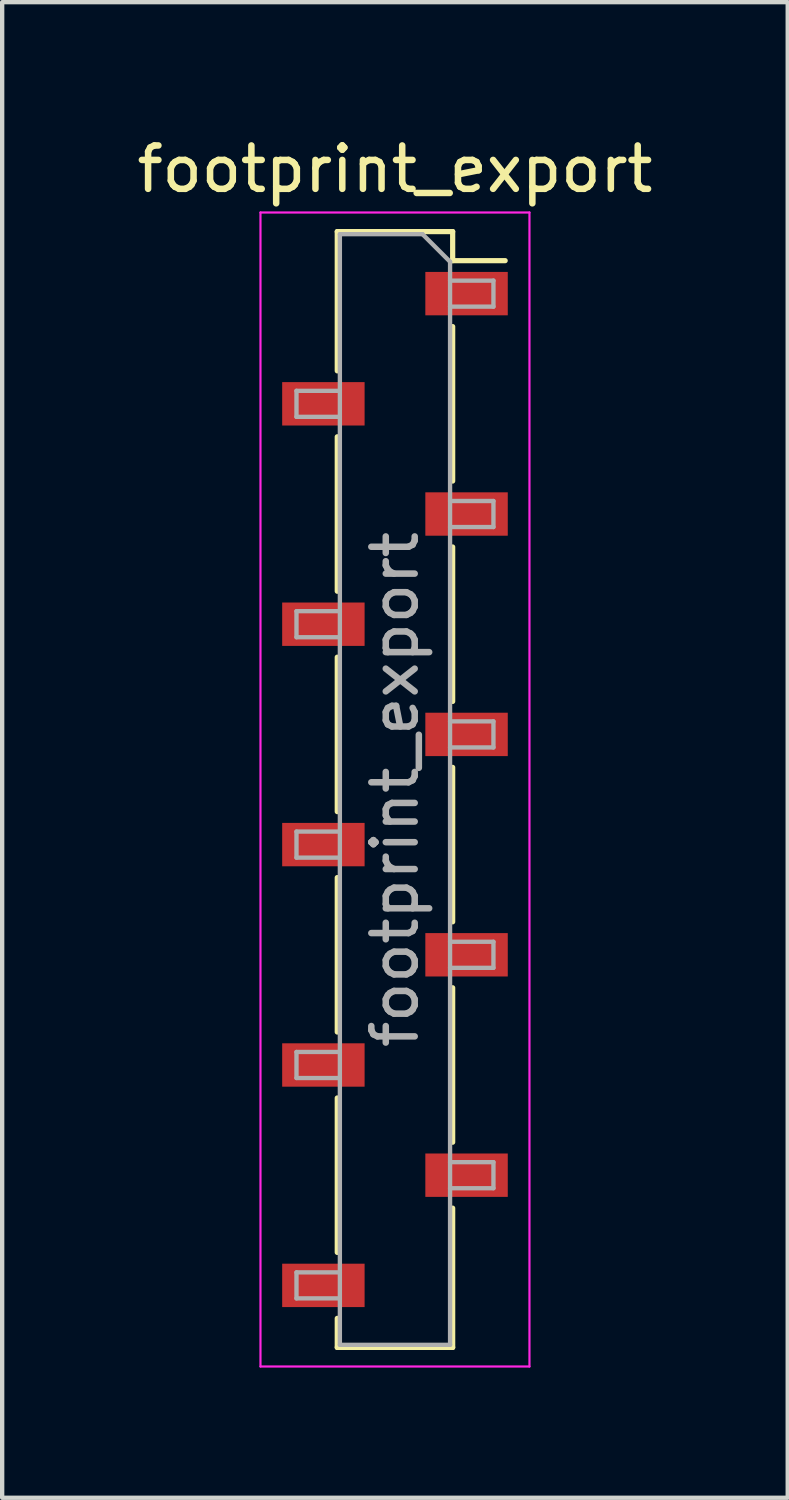
<source format=kicad_pcb>
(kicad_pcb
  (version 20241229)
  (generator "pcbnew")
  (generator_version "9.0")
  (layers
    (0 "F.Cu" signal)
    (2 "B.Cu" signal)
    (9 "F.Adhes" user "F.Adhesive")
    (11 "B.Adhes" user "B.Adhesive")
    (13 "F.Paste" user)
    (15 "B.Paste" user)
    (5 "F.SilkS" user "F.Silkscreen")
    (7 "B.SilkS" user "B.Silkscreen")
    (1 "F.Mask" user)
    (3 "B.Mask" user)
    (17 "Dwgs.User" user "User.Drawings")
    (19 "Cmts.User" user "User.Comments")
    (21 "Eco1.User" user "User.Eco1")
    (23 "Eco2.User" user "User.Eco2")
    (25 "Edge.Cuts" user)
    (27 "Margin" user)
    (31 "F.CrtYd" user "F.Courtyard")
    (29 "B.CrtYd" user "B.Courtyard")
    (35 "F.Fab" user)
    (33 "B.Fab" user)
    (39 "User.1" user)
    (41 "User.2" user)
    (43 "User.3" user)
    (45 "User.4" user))
  (footprint "footprint_export"
    (layer "F.Cu")
    (at 6.054 15.148)
    (property "Reference" "footprint_export" (at 0 -14.3 0) (layer "F.SilkS") (effects (font (size 1 1) (thickness 0.15))))
    (attr smd)
    (fp_line (start -1.33 -12.86) (end -1.33 -9.65) (stroke (width 0.12) (type solid)) (layer "F.SilkS"))
    (fp_line (start -1.33 -12.86) (end 1.33 -12.86) (stroke (width 0.12) (type solid)) (layer "F.SilkS"))
    (fp_line (start -1.33 -8.13) (end -1.33 -4.57) (stroke (width 0.12) (type solid)) (layer "F.SilkS"))
    (fp_line (start -1.33 -3.05) (end -1.33 0.51) (stroke (width 0.12) (type solid)) (layer "F.SilkS"))
    (fp_line (start -1.33 2.03) (end -1.33 5.59) (stroke (width 0.12) (type solid)) (layer "F.SilkS"))
    (fp_line (start -1.33 7.11) (end -1.33 10.67) (stroke (width 0.12) (type solid)) (layer "F.SilkS"))
    (fp_line (start -1.33 12.19) (end -1.33 12.86) (stroke (width 0.12) (type solid)) (layer "F.SilkS"))
    (fp_line (start -1.33 12.86) (end 1.33 12.86) (stroke (width 0.12) (type solid)) (layer "F.SilkS"))
    (fp_line (start 1.33 -12.86) (end 1.33 -12.19) (stroke (width 0.12) (type solid)) (layer "F.SilkS"))
    (fp_line (start 1.33 -12.19) (end 2.54 -12.19) (stroke (width 0.12) (type solid)) (layer "F.SilkS"))
    (fp_line (start 1.33 -10.67) (end 1.33 -7.11) (stroke (width 0.12) (type solid)) (layer "F.SilkS"))
    (fp_line (start 1.33 -5.59) (end 1.33 -2.03) (stroke (width 0.12) (type solid)) (layer "F.SilkS"))
    (fp_line (start 1.33 -0.51) (end 1.33 3.05) (stroke (width 0.12) (type solid)) (layer "F.SilkS"))
    (fp_line (start 1.33 4.57) (end 1.33 8.13) (stroke (width 0.12) (type solid)) (layer "F.SilkS"))
    (fp_line (start 1.33 9.65) (end 1.33 12.86) (stroke (width 0.12) (type solid)) (layer "F.SilkS"))
    (fp_line (start -3.1 -13.3) (end 3.1 -13.3) (stroke (width 0.05) (type solid)) (layer "F.CrtYd"))
    (fp_line (start -3.1 13.3) (end -3.1 -13.3) (stroke (width 0.05) (type solid)) (layer "F.CrtYd"))
    (fp_line (start 3.1 -13.3) (end 3.1 13.3) (stroke (width 0.05) (type solid)) (layer "F.CrtYd"))
    (fp_line (start 3.1 13.3) (end -3.1 13.3) (stroke (width 0.05) (type solid)) (layer "F.CrtYd"))
    (fp_line (start -2.27 -9.19) (end -1.27 -9.19) (stroke (width 0.1) (type solid)) (layer "F.Fab"))
    (fp_line (start -2.27 -8.59) (end -2.27 -9.19) (stroke (width 0.1) (type solid)) (layer "F.Fab"))
    (fp_line (start -2.27 -4.11) (end -1.27 -4.11) (stroke (width 0.1) (type solid)) (layer "F.Fab"))
    (fp_line (start -2.27 -3.51) (end -2.27 -4.11) (stroke (width 0.1) (type solid)) (layer "F.Fab"))
    (fp_line (start -2.27 0.97) (end -1.27 0.97) (stroke (width 0.1) (type solid)) (layer "F.Fab"))
    (fp_line (start -2.27 1.57) (end -2.27 0.97) (stroke (width 0.1) (type solid)) (layer "F.Fab"))
    (fp_line (start -2.27 6.05) (end -1.27 6.05) (stroke (width 0.1) (type solid)) (layer "F.Fab"))
    (fp_line (start -2.27 6.65) (end -2.27 6.05) (stroke (width 0.1) (type solid)) (layer "F.Fab"))
    (fp_line (start -2.27 11.13) (end -1.27 11.13) (stroke (width 0.1) (type solid)) (layer "F.Fab"))
    (fp_line (start -2.27 11.73) (end -2.27 11.13) (stroke (width 0.1) (type solid)) (layer "F.Fab"))
    (fp_line (start -1.27 -12.8) (end 0.635 -12.8) (stroke (width 0.1) (type solid)) (layer "F.Fab"))
    (fp_line (start -1.27 -8.59) (end -2.27 -8.59) (stroke (width 0.1) (type solid)) (layer "F.Fab"))
    (fp_line (start -1.27 -3.51) (end -2.27 -3.51) (stroke (width 0.1) (type solid)) (layer "F.Fab"))
    (fp_line (start -1.27 1.57) (end -2.27 1.57) (stroke (width 0.1) (type solid)) (layer "F.Fab"))
    (fp_line (start -1.27 6.65) (end -2.27 6.65) (stroke (width 0.1) (type solid)) (layer "F.Fab"))
    (fp_line (start -1.27 11.73) (end -2.27 11.73) (stroke (width 0.1) (type solid)) (layer "F.Fab"))
    (fp_line (start -1.27 12.8) (end -1.27 -12.8) (stroke (width 0.1) (type solid)) (layer "F.Fab"))
    (fp_line (start 0.635 -12.8) (end 1.27 -12.165) (stroke (width 0.1) (type solid)) (layer "F.Fab"))
    (fp_line (start 1.27 -12.165) (end 1.27 12.8) (stroke (width 0.1) (type solid)) (layer "F.Fab"))
    (fp_line (start 1.27 -11.73) (end 2.27 -11.73) (stroke (width 0.1) (type solid)) (layer "F.Fab"))
    (fp_line (start 1.27 -6.65) (end 2.27 -6.65) (stroke (width 0.1) (type solid)) (layer "F.Fab"))
    (fp_line (start 1.27 -1.57) (end 2.27 -1.57) (stroke (width 0.1) (type solid)) (layer "F.Fab"))
    (fp_line (start 1.27 3.51) (end 2.27 3.51) (stroke (width 0.1) (type solid)) (layer "F.Fab"))
    (fp_line (start 1.27 8.59) (end 2.27 8.59) (stroke (width 0.1) (type solid)) (layer "F.Fab"))
    (fp_line (start 1.27 12.8) (end -1.27 12.8) (stroke (width 0.1) (type solid)) (layer "F.Fab"))
    (fp_line (start 2.27 -11.73) (end 2.27 -11.13) (stroke (width 0.1) (type solid)) (layer "F.Fab"))
    (fp_line (start 2.27 -11.13) (end 1.27 -11.13) (stroke (width 0.1) (type solid)) (layer "F.Fab"))
    (fp_line (start 2.27 -6.65) (end 2.27 -6.05) (stroke (width 0.1) (type solid)) (layer "F.Fab"))
    (fp_line (start 2.27 -6.05) (end 1.27 -6.05) (stroke (width 0.1) (type solid)) (layer "F.Fab"))
    (fp_line (start 2.27 -1.57) (end 2.27 -0.97) (stroke (width 0.1) (type solid)) (layer "F.Fab"))
    (fp_line (start 2.27 -0.97) (end 1.27 -0.97) (stroke (width 0.1) (type solid)) (layer "F.Fab"))
    (fp_line (start 2.27 3.51) (end 2.27 4.11) (stroke (width 0.1) (type solid)) (layer "F.Fab"))
    (fp_line (start 2.27 4.11) (end 1.27 4.11) (stroke (width 0.1) (type solid)) (layer "F.Fab"))
    (fp_line (start 2.27 8.59) (end 2.27 9.19) (stroke (width 0.1) (type solid)) (layer "F.Fab"))
    (fp_line (start 2.27 9.19) (end 1.27 9.19) (stroke (width 0.1) (type solid)) (layer "F.Fab"))
    (fp_text user "${REFERENCE}" (at 0 0 90) (layer "F.Fab") (effects (font (size 1 1) (thickness 0.15))))
    (pad "1" smd rect (at 1.65 -11.43) (size 1.9 1) (layers "F.Cu" "F.Mask" "F.Paste"))
    (pad "2" smd rect (at -1.65 -8.89) (size 1.9 1) (layers "F.Cu" "F.Mask" "F.Paste"))
    (pad "3" smd rect (at 1.65 -6.35) (size 1.9 1) (layers "F.Cu" "F.Mask" "F.Paste"))
    (pad "4" smd rect (at -1.65 -3.81) (size 1.9 1) (layers "F.Cu" "F.Mask" "F.Paste"))
    (pad "5" smd rect (at 1.65 -1.27) (size 1.9 1) (layers "F.Cu" "F.Mask" "F.Paste"))
    (pad "6" smd rect (at -1.65 1.27) (size 1.9 1) (layers "F.Cu" "F.Mask" "F.Paste"))
    (pad "7" smd rect (at 1.65 3.81) (size 1.9 1) (layers "F.Cu" "F.Mask" "F.Paste"))
    (pad "8" smd rect (at -1.65 6.35) (size 1.9 1) (layers "F.Cu" "F.Mask" "F.Paste"))
    (pad "9" smd rect (at 1.65 8.89) (size 1.9 1) (layers "F.Cu" "F.Mask" "F.Paste"))
    (pad "10" smd rect (at -1.65 11.43) (size 1.9 1) (layers "F.Cu" "F.Mask" "F.Paste")))
  (gr_rect
    (start -3 -3)
    (end 15.107 31.473)
    (stroke (width 0.1) (type default))
    (fill no)
    (layer "Edge.Cuts")))
</source>
